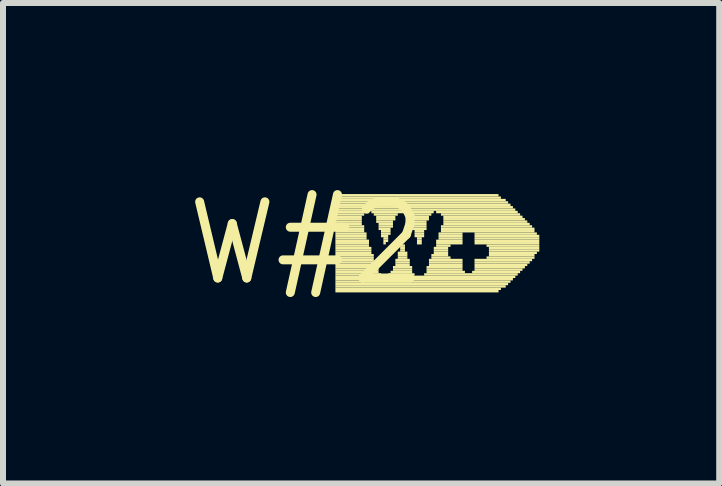
<source format=kicad_pcb>
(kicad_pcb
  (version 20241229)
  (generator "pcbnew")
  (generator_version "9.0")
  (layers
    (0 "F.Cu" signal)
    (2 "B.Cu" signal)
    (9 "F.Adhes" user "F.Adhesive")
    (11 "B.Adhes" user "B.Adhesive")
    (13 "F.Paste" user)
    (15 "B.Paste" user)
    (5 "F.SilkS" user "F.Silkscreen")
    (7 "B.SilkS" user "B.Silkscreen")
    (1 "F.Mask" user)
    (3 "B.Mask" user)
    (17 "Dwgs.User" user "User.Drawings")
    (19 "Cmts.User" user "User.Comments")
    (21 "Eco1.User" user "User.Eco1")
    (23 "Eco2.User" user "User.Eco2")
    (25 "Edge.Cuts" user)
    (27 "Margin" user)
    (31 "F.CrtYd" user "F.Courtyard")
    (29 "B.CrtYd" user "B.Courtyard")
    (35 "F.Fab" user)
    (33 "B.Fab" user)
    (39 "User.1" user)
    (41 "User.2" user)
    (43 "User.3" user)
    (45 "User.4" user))
  (footprint "W#2"
    (layer "F.Cu")
    (at 2.063 1.006)
    (property "Reference" "W#2" (at 0 0 0) (layer "F.SilkS") (effects (font (size 1.27 1.27) (thickness 0.15))))
    (fp_poly (pts (xy 0.48 -0.78) (xy 3.2 -0.78) (xy 3.2 -0.82) (xy 0.48 -0.82)) (stroke (width 0) (type solid)) (fill yes) (layer "F.SilkS"))
    (fp_poly (pts (xy 0.48 -0.74) (xy 3.24 -0.74) (xy 3.24 -0.78) (xy 0.48 -0.78)) (stroke (width 0) (type solid)) (fill yes) (layer "F.SilkS"))
    (fp_poly (pts (xy 0.48 -0.7) (xy 3.32 -0.7) (xy 3.32 -0.74) (xy 0.48 -0.74)) (stroke (width 0) (type solid)) (fill yes) (layer "F.SilkS"))
    (fp_poly (pts (xy 0.48 -0.66) (xy 3.36 -0.66) (xy 3.36 -0.7) (xy 0.48 -0.7)) (stroke (width 0) (type solid)) (fill yes) (layer "F.SilkS"))
    (fp_poly (pts (xy 0.48 -0.62) (xy 3.4 -0.62) (xy 3.4 -0.66) (xy 0.48 -0.66)) (stroke (width 0) (type solid)) (fill yes) (layer "F.SilkS"))
    (fp_poly (pts (xy 0.48 -0.58) (xy 3.44 -0.58) (xy 3.44 -0.62) (xy 0.48 -0.62)) (stroke (width 0) (type solid)) (fill yes) (layer "F.SilkS"))
    (fp_poly (pts (xy 0.48 -0.54) (xy 3.48 -0.54) (xy 3.48 -0.58) (xy 0.48 -0.58)) (stroke (width 0) (type solid)) (fill yes) (layer "F.SilkS"))
    (fp_poly (pts (xy 0.48 -0.5) (xy 1.04 -0.5) (xy 1.04 -0.54) (xy 0.48 -0.54)) (stroke (width 0) (type solid)) (fill yes) (layer "F.SilkS"))
    (fp_poly (pts (xy 0.48 -0.46) (xy 0.96 -0.46) (xy 0.96 -0.5) (xy 0.48 -0.5)) (stroke (width 0) (type solid)) (fill yes) (layer "F.SilkS"))
    (fp_poly (pts (xy 0.48 -0.42) (xy 0.92 -0.42) (xy 0.92 -0.46) (xy 0.48 -0.46)) (stroke (width 0) (type solid)) (fill yes) (layer "F.SilkS"))
    (fp_poly (pts (xy 0.48 -0.38) (xy 0.92 -0.38) (xy 0.92 -0.42) (xy 0.48 -0.42)) (stroke (width 0) (type solid)) (fill yes) (layer "F.SilkS"))
    (fp_poly (pts (xy 0.48 -0.34) (xy 0.92 -0.34) (xy 0.92 -0.38) (xy 0.48 -0.38)) (stroke (width 0) (type solid)) (fill yes) (layer "F.SilkS"))
    (fp_poly (pts (xy 0.48 -0.3) (xy 0.92 -0.3) (xy 0.92 -0.34) (xy 0.48 -0.34)) (stroke (width 0) (type solid)) (fill yes) (layer "F.SilkS"))
    (fp_poly (pts (xy 0.48 -0.26) (xy 0.96 -0.26) (xy 0.96 -0.3) (xy 0.48 -0.3)) (stroke (width 0) (type solid)) (fill yes) (layer "F.SilkS"))
    (fp_poly (pts (xy 0.48 -0.22) (xy 0.96 -0.22) (xy 0.96 -0.26) (xy 0.48 -0.26)) (stroke (width 0) (type solid)) (fill yes) (layer "F.SilkS"))
    (fp_poly (pts (xy 0.48 -0.18) (xy 0.96 -0.18) (xy 0.96 -0.22) (xy 0.48 -0.22)) (stroke (width 0) (type solid)) (fill yes) (layer "F.SilkS"))
    (fp_poly (pts (xy 0.48 -0.14) (xy 1 -0.14) (xy 1 -0.18) (xy 0.48 -0.18)) (stroke (width 0) (type solid)) (fill yes) (layer "F.SilkS"))
    (fp_poly (pts (xy 0.48 -0.1) (xy 1 -0.1) (xy 1 -0.14) (xy 0.48 -0.14)) (stroke (width 0) (type solid)) (fill yes) (layer "F.SilkS"))
    (fp_poly (pts (xy 0.48 -0.06) (xy 1 -0.06) (xy 1 -0.1) (xy 0.48 -0.1)) (stroke (width 0) (type solid)) (fill yes) (layer "F.SilkS"))
    (fp_poly (pts (xy 0.48 -0.02) (xy 1.04 -0.02) (xy 1.04 -0.06) (xy 0.48 -0.06)) (stroke (width 0) (type solid)) (fill yes) (layer "F.SilkS"))
    (fp_poly (pts (xy 0.48 0.02) (xy 1.04 0.02) (xy 1.04 -0.02) (xy 0.48 -0.02)) (stroke (width 0) (type solid)) (fill yes) (layer "F.SilkS"))
    (fp_poly (pts (xy 0.48 0.06) (xy 1.04 0.06) (xy 1.04 0.02) (xy 0.48 0.02)) (stroke (width 0) (type solid)) (fill yes) (layer "F.SilkS"))
    (fp_poly (pts (xy 0.48 0.1) (xy 1.08 0.1) (xy 1.08 0.06) (xy 0.48 0.06)) (stroke (width 0) (type solid)) (fill yes) (layer "F.SilkS"))
    (fp_poly (pts (xy 0.48 0.14) (xy 1.08 0.14) (xy 1.08 0.1) (xy 0.48 0.1)) (stroke (width 0) (type solid)) (fill yes) (layer "F.SilkS"))
    (fp_poly (pts (xy 0.48 0.18) (xy 1.08 0.18) (xy 1.08 0.14) (xy 0.48 0.14)) (stroke (width 0) (type solid)) (fill yes) (layer "F.SilkS"))
    (fp_poly (pts (xy 0.48 0.22) (xy 1.12 0.22) (xy 1.12 0.18) (xy 0.48 0.18)) (stroke (width 0) (type solid)) (fill yes) (layer "F.SilkS"))
    (fp_poly (pts (xy 0.48 0.26) (xy 1.12 0.26) (xy 1.12 0.22) (xy 0.48 0.22)) (stroke (width 0) (type solid)) (fill yes) (layer "F.SilkS"))
    (fp_poly (pts (xy 0.48 0.3) (xy 1.12 0.3) (xy 1.12 0.26) (xy 0.48 0.26)) (stroke (width 0) (type solid)) (fill yes) (layer "F.SilkS"))
    (fp_poly (pts (xy 0.48 0.34) (xy 1.16 0.34) (xy 1.16 0.3) (xy 0.48 0.3)) (stroke (width 0) (type solid)) (fill yes) (layer "F.SilkS"))
    (fp_poly (pts (xy 0.48 0.38) (xy 1.16 0.38) (xy 1.16 0.34) (xy 0.48 0.34)) (stroke (width 0) (type solid)) (fill yes) (layer "F.SilkS"))
    (fp_poly (pts (xy 0.48 0.42) (xy 1.2 0.42) (xy 1.2 0.38) (xy 0.48 0.38)) (stroke (width 0) (type solid)) (fill yes) (layer "F.SilkS"))
    (fp_poly (pts (xy 0.48 0.46) (xy 1.2 0.46) (xy 1.2 0.42) (xy 0.48 0.42)) (stroke (width 0) (type solid)) (fill yes) (layer "F.SilkS"))
    (fp_poly (pts (xy 0.48 0.5) (xy 1.2 0.5) (xy 1.2 0.46) (xy 0.48 0.46)) (stroke (width 0) (type solid)) (fill yes) (layer "F.SilkS"))
    (fp_poly (pts (xy 0.48 0.54) (xy 1.24 0.54) (xy 1.24 0.5) (xy 0.48 0.5)) (stroke (width 0) (type solid)) (fill yes) (layer "F.SilkS"))
    (fp_poly (pts (xy 0.48 0.58) (xy 3.48 0.58) (xy 3.48 0.54) (xy 0.48 0.54)) (stroke (width 0) (type solid)) (fill yes) (layer "F.SilkS"))
    (fp_poly (pts (xy 0.48 0.62) (xy 3.44 0.62) (xy 3.44 0.58) (xy 0.48 0.58)) (stroke (width 0) (type solid)) (fill yes) (layer "F.SilkS"))
    (fp_poly (pts (xy 0.48 0.66) (xy 3.4 0.66) (xy 3.4 0.62) (xy 0.48 0.62)) (stroke (width 0) (type solid)) (fill yes) (layer "F.SilkS"))
    (fp_poly (pts (xy 0.48 0.7) (xy 3.36 0.7) (xy 3.36 0.66) (xy 0.48 0.66)) (stroke (width 0) (type solid)) (fill yes) (layer "F.SilkS"))
    (fp_poly (pts (xy 0.48 0.74) (xy 3.32 0.74) (xy 3.32 0.7) (xy 0.48 0.7)) (stroke (width 0) (type solid)) (fill yes) (layer "F.SilkS"))
    (fp_poly (pts (xy 0.48 0.78) (xy 3.24 0.78) (xy 3.24 0.74) (xy 0.48 0.74)) (stroke (width 0) (type solid)) (fill yes) (layer "F.SilkS"))
    (fp_poly (pts (xy 0.48 0.82) (xy 3.2 0.82) (xy 3.2 0.78) (xy 0.48 0.78)) (stroke (width 0) (type solid)) (fill yes) (layer "F.SilkS"))
    (fp_poly (pts (xy 1.08 -0.5) (xy 2.12 -0.5) (xy 2.12 -0.54) (xy 1.08 -0.54)) (stroke (width 0) (type solid)) (fill yes) (layer "F.SilkS"))
    (fp_poly (pts (xy 1.12 -0.46) (xy 1.52 -0.46) (xy 1.52 -0.5) (xy 1.12 -0.5)) (stroke (width 0) (type solid)) (fill yes) (layer "F.SilkS"))
    (fp_poly (pts (xy 1.16 -0.42) (xy 1.48 -0.42) (xy 1.48 -0.46) (xy 1.16 -0.46)) (stroke (width 0) (type solid)) (fill yes) (layer "F.SilkS"))
    (fp_poly (pts (xy 1.16 -0.38) (xy 1.48 -0.38) (xy 1.48 -0.42) (xy 1.16 -0.42)) (stroke (width 0) (type solid)) (fill yes) (layer "F.SilkS"))
    (fp_poly (pts (xy 1.16 -0.34) (xy 1.44 -0.34) (xy 1.44 -0.38) (xy 1.16 -0.38)) (stroke (width 0) (type solid)) (fill yes) (layer "F.SilkS"))
    (fp_poly (pts (xy 1.2 -0.3) (xy 1.44 -0.3) (xy 1.44 -0.34) (xy 1.2 -0.34)) (stroke (width 0) (type solid)) (fill yes) (layer "F.SilkS"))
    (fp_poly (pts (xy 1.2 -0.26) (xy 1.44 -0.26) (xy 1.44 -0.3) (xy 1.2 -0.3)) (stroke (width 0) (type solid)) (fill yes) (layer "F.SilkS"))
    (fp_poly (pts (xy 1.2 -0.22) (xy 1.4 -0.22) (xy 1.4 -0.26) (xy 1.2 -0.26)) (stroke (width 0) (type solid)) (fill yes) (layer "F.SilkS"))
    (fp_poly (pts (xy 1.24 -0.18) (xy 1.4 -0.18) (xy 1.4 -0.22) (xy 1.24 -0.22)) (stroke (width 0) (type solid)) (fill yes) (layer "F.SilkS"))
    (fp_poly (pts (xy 1.24 -0.14) (xy 1.4 -0.14) (xy 1.4 -0.18) (xy 1.24 -0.18)) (stroke (width 0) (type solid)) (fill yes) (layer "F.SilkS"))
    (fp_poly (pts (xy 1.24 -0.1) (xy 1.36 -0.1) (xy 1.36 -0.14) (xy 1.24 -0.14)) (stroke (width 0) (type solid)) (fill yes) (layer "F.SilkS"))
    (fp_poly (pts (xy 1.28 -0.06) (xy 1.36 -0.06) (xy 1.36 -0.1) (xy 1.28 -0.1)) (stroke (width 0) (type solid)) (fill yes) (layer "F.SilkS"))
    (fp_poly (pts (xy 1.28 -0.02) (xy 1.36 -0.02) (xy 1.36 -0.06) (xy 1.28 -0.06)) (stroke (width 0) (type solid)) (fill yes) (layer "F.SilkS"))
    (fp_poly (pts (xy 1.28 0.02) (xy 1.32 0.02) (xy 1.32 -0.02) (xy 1.28 -0.02)) (stroke (width 0) (type solid)) (fill yes) (layer "F.SilkS"))
    (fp_poly (pts (xy 1.36 0.54) (xy 1.8 0.54) (xy 1.8 0.5) (xy 1.36 0.5)) (stroke (width 0) (type solid)) (fill yes) (layer "F.SilkS"))
    (fp_poly (pts (xy 1.4 0.5) (xy 1.76 0.5) (xy 1.76 0.46) (xy 1.4 0.46)) (stroke (width 0) (type solid)) (fill yes) (layer "F.SilkS"))
    (fp_poly (pts (xy 1.44 0.42) (xy 1.76 0.42) (xy 1.76 0.38) (xy 1.44 0.38)) (stroke (width 0) (type solid)) (fill yes) (layer "F.SilkS"))
    (fp_poly (pts (xy 1.44 0.46) (xy 1.76 0.46) (xy 1.76 0.42) (xy 1.44 0.42)) (stroke (width 0) (type solid)) (fill yes) (layer "F.SilkS"))
    (fp_poly (pts (xy 1.48 0.3) (xy 1.72 0.3) (xy 1.72 0.26) (xy 1.48 0.26)) (stroke (width 0) (type solid)) (fill yes) (layer "F.SilkS"))
    (fp_poly (pts (xy 1.48 0.34) (xy 1.72 0.34) (xy 1.72 0.3) (xy 1.48 0.3)) (stroke (width 0) (type solid)) (fill yes) (layer "F.SilkS"))
    (fp_poly (pts (xy 1.48 0.38) (xy 1.72 0.38) (xy 1.72 0.34) (xy 1.48 0.34)) (stroke (width 0) (type solid)) (fill yes) (layer "F.SilkS"))
    (fp_poly (pts (xy 1.52 0.18) (xy 1.68 0.18) (xy 1.68 0.14) (xy 1.52 0.14)) (stroke (width 0) (type solid)) (fill yes) (layer "F.SilkS"))
    (fp_poly (pts (xy 1.52 0.22) (xy 1.68 0.22) (xy 1.68 0.18) (xy 1.52 0.18)) (stroke (width 0) (type solid)) (fill yes) (layer "F.SilkS"))
    (fp_poly (pts (xy 1.52 0.26) (xy 1.68 0.26) (xy 1.68 0.22) (xy 1.52 0.22)) (stroke (width 0) (type solid)) (fill yes) (layer "F.SilkS"))
    (fp_poly (pts (xy 1.56 0.06) (xy 1.64 0.06) (xy 1.64 0.02) (xy 1.56 0.02)) (stroke (width 0) (type solid)) (fill yes) (layer "F.SilkS"))
    (fp_poly (pts (xy 1.56 0.1) (xy 1.64 0.1) (xy 1.64 0.06) (xy 1.56 0.06)) (stroke (width 0) (type solid)) (fill yes) (layer "F.SilkS"))
    (fp_poly (pts (xy 1.56 0.14) (xy 1.64 0.14) (xy 1.64 0.1) (xy 1.56 0.1)) (stroke (width 0) (type solid)) (fill yes) (layer "F.SilkS"))
    (fp_poly (pts (xy 1.68 -0.46) (xy 2.08 -0.46) (xy 2.08 -0.5) (xy 1.68 -0.5)) (stroke (width 0) (type solid)) (fill yes) (layer "F.SilkS"))
    (fp_poly (pts (xy 1.72 -0.42) (xy 2.04 -0.42) (xy 2.04 -0.46) (xy 1.72 -0.46)) (stroke (width 0) (type solid)) (fill yes) (layer "F.SilkS"))
    (fp_poly (pts (xy 1.72 -0.38) (xy 2.04 -0.38) (xy 2.04 -0.42) (xy 1.72 -0.42)) (stroke (width 0) (type solid)) (fill yes) (layer "F.SilkS"))
    (fp_poly (pts (xy 1.72 -0.34) (xy 2 -0.34) (xy 2 -0.38) (xy 1.72 -0.38)) (stroke (width 0) (type solid)) (fill yes) (layer "F.SilkS"))
    (fp_poly (pts (xy 1.76 -0.3) (xy 2 -0.3) (xy 2 -0.34) (xy 1.76 -0.34)) (stroke (width 0) (type solid)) (fill yes) (layer "F.SilkS"))
    (fp_poly (pts (xy 1.76 -0.26) (xy 2 -0.26) (xy 2 -0.3) (xy 1.76 -0.3)) (stroke (width 0) (type solid)) (fill yes) (layer "F.SilkS"))
    (fp_poly (pts (xy 1.76 -0.22) (xy 2 -0.22) (xy 2 -0.26) (xy 1.76 -0.26)) (stroke (width 0) (type solid)) (fill yes) (layer "F.SilkS"))
    (fp_poly (pts (xy 1.8 -0.18) (xy 1.96 -0.18) (xy 1.96 -0.22) (xy 1.8 -0.22)) (stroke (width 0) (type solid)) (fill yes) (layer "F.SilkS"))
    (fp_poly (pts (xy 1.8 -0.14) (xy 1.96 -0.14) (xy 1.96 -0.18) (xy 1.8 -0.18)) (stroke (width 0) (type solid)) (fill yes) (layer "F.SilkS"))
    (fp_poly (pts (xy 1.8 -0.1) (xy 1.96 -0.1) (xy 1.96 -0.14) (xy 1.8 -0.14)) (stroke (width 0) (type solid)) (fill yes) (layer "F.SilkS"))
    (fp_poly (pts (xy 1.84 -0.06) (xy 1.92 -0.06) (xy 1.92 -0.1) (xy 1.84 -0.1)) (stroke (width 0) (type solid)) (fill yes) (layer "F.SilkS"))
    (fp_poly (pts (xy 1.84 -0.02) (xy 1.92 -0.02) (xy 1.92 -0.06) (xy 1.84 -0.06)) (stroke (width 0) (type solid)) (fill yes) (layer "F.SilkS"))
    (fp_poly (pts (xy 1.84 0.02) (xy 1.92 0.02) (xy 1.92 -0.02) (xy 1.84 -0.02)) (stroke (width 0) (type solid)) (fill yes) (layer "F.SilkS"))
    (fp_poly (pts (xy 1.96 0.54) (xy 3.52 0.54) (xy 3.52 0.5) (xy 1.96 0.5)) (stroke (width 0) (type solid)) (fill yes) (layer "F.SilkS"))
    (fp_poly (pts (xy 2 0.42) (xy 2.6 0.42) (xy 2.6 0.38) (xy 2 0.38)) (stroke (width 0) (type solid)) (fill yes) (layer "F.SilkS"))
    (fp_poly (pts (xy 2 0.46) (xy 2.6 0.46) (xy 2.6 0.42) (xy 2 0.42)) (stroke (width 0) (type solid)) (fill yes) (layer "F.SilkS"))
    (fp_poly (pts (xy 2 0.5) (xy 2.64 0.5) (xy 2.64 0.46) (xy 2 0.46)) (stroke (width 0) (type solid)) (fill yes) (layer "F.SilkS"))
    (fp_poly (pts (xy 2.04 0.3) (xy 2.6 0.3) (xy 2.6 0.26) (xy 2.04 0.26)) (stroke (width 0) (type solid)) (fill yes) (layer "F.SilkS"))
    (fp_poly (pts (xy 2.04 0.34) (xy 2.6 0.34) (xy 2.6 0.3) (xy 2.04 0.3)) (stroke (width 0) (type solid)) (fill yes) (layer "F.SilkS"))
    (fp_poly (pts (xy 2.04 0.38) (xy 2.6 0.38) (xy 2.6 0.34) (xy 2.04 0.34)) (stroke (width 0) (type solid)) (fill yes) (layer "F.SilkS"))
    (fp_poly (pts (xy 2.08 0.22) (xy 2.36 0.22) (xy 2.36 0.18) (xy 2.08 0.18)) (stroke (width 0) (type solid)) (fill yes) (layer "F.SilkS"))
    (fp_poly (pts (xy 2.08 0.26) (xy 2.4 0.26) (xy 2.4 0.22) (xy 2.08 0.22)) (stroke (width 0) (type solid)) (fill yes) (layer "F.SilkS"))
    (fp_poly (pts (xy 2.12 0.1) (xy 2.36 0.1) (xy 2.36 0.06) (xy 2.12 0.06)) (stroke (width 0) (type solid)) (fill yes) (layer "F.SilkS"))
    (fp_poly (pts (xy 2.12 0.14) (xy 2.36 0.14) (xy 2.36 0.1) (xy 2.12 0.1)) (stroke (width 0) (type solid)) (fill yes) (layer "F.SilkS"))
    (fp_poly (pts (xy 2.12 0.18) (xy 2.36 0.18) (xy 2.36 0.14) (xy 2.12 0.14)) (stroke (width 0) (type solid)) (fill yes) (layer "F.SilkS"))
    (fp_poly (pts (xy 2.16 -0.5) (xy 3.52 -0.5) (xy 3.52 -0.54) (xy 2.16 -0.54)) (stroke (width 0) (type solid)) (fill yes) (layer "F.SilkS"))
    (fp_poly (pts (xy 2.16 -0.02) (xy 2.6 -0.02) (xy 2.6 -0.06) (xy 2.16 -0.06)) (stroke (width 0) (type solid)) (fill yes) (layer "F.SilkS"))
    (fp_poly (pts (xy 2.16 0.02) (xy 2.6 0.02) (xy 2.6 -0.02) (xy 2.16 -0.02)) (stroke (width 0) (type solid)) (fill yes) (layer "F.SilkS"))
    (fp_poly (pts (xy 2.16 0.06) (xy 2.4 0.06) (xy 2.4 0.02) (xy 2.16 0.02)) (stroke (width 0) (type solid)) (fill yes) (layer "F.SilkS"))
    (fp_poly (pts (xy 2.2 -0.14) (xy 2.6 -0.14) (xy 2.6 -0.18) (xy 2.2 -0.18)) (stroke (width 0) (type solid)) (fill yes) (layer "F.SilkS"))
    (fp_poly (pts (xy 2.2 -0.1) (xy 2.6 -0.1) (xy 2.6 -0.14) (xy 2.2 -0.14)) (stroke (width 0) (type solid)) (fill yes) (layer "F.SilkS"))
    (fp_poly (pts (xy 2.2 -0.06) (xy 2.6 -0.06) (xy 2.6 -0.1) (xy 2.2 -0.1)) (stroke (width 0) (type solid)) (fill yes) (layer "F.SilkS"))
    (fp_poly (pts (xy 2.24 -0.46) (xy 3.56 -0.46) (xy 3.56 -0.5) (xy 2.24 -0.5)) (stroke (width 0) (type solid)) (fill yes) (layer "F.SilkS"))
    (fp_poly (pts (xy 2.24 -0.26) (xy 3.76 -0.26) (xy 3.76 -0.3) (xy 2.24 -0.3)) (stroke (width 0) (type solid)) (fill yes) (layer "F.SilkS"))
    (fp_poly (pts (xy 2.24 -0.22) (xy 3.8 -0.22) (xy 3.8 -0.26) (xy 2.24 -0.26)) (stroke (width 0) (type solid)) (fill yes) (layer "F.SilkS"))
    (fp_poly (pts (xy 2.24 -0.18) (xy 3.8 -0.18) (xy 3.8 -0.22) (xy 2.24 -0.22)) (stroke (width 0) (type solid)) (fill yes) (layer "F.SilkS"))
    (fp_poly (pts (xy 2.28 -0.42) (xy 3.6 -0.42) (xy 3.6 -0.46) (xy 2.28 -0.46)) (stroke (width 0) (type solid)) (fill yes) (layer "F.SilkS"))
    (fp_poly (pts (xy 2.28 -0.38) (xy 3.64 -0.38) (xy 3.64 -0.42) (xy 2.28 -0.42)) (stroke (width 0) (type solid)) (fill yes) (layer "F.SilkS"))
    (fp_poly (pts (xy 2.28 -0.34) (xy 3.68 -0.34) (xy 3.68 -0.38) (xy 2.28 -0.38)) (stroke (width 0) (type solid)) (fill yes) (layer "F.SilkS"))
    (fp_poly (pts (xy 2.28 -0.3) (xy 3.72 -0.3) (xy 3.72 -0.34) (xy 2.28 -0.34)) (stroke (width 0) (type solid)) (fill yes) (layer "F.SilkS"))
    (fp_poly (pts (xy 2.76 0.5) (xy 3.56 0.5) (xy 3.56 0.46) (xy 2.76 0.46)) (stroke (width 0) (type solid)) (fill yes) (layer "F.SilkS"))
    (fp_poly (pts (xy 2.8 -0.14) (xy 3.84 -0.14) (xy 3.84 -0.18) (xy 2.8 -0.18)) (stroke (width 0) (type solid)) (fill yes) (layer "F.SilkS"))
    (fp_poly (pts (xy 2.8 -0.1) (xy 3.88 -0.1) (xy 3.88 -0.14) (xy 2.8 -0.14)) (stroke (width 0) (type solid)) (fill yes) (layer "F.SilkS"))
    (fp_poly (pts (xy 2.8 -0.06) (xy 3.88 -0.06) (xy 3.88 -0.1) (xy 2.8 -0.1)) (stroke (width 0) (type solid)) (fill yes) (layer "F.SilkS"))
    (fp_poly (pts (xy 2.8 -0.02) (xy 3.88 -0.02) (xy 3.88 -0.06) (xy 2.8 -0.06)) (stroke (width 0) (type solid)) (fill yes) (layer "F.SilkS"))
    (fp_poly (pts (xy 2.8 0.02) (xy 3.88 0.02) (xy 3.88 -0.02) (xy 2.8 -0.02)) (stroke (width 0) (type solid)) (fill yes) (layer "F.SilkS"))
    (fp_poly (pts (xy 2.8 0.3) (xy 3.76 0.3) (xy 3.76 0.26) (xy 2.8 0.26)) (stroke (width 0) (type solid)) (fill yes) (layer "F.SilkS"))
    (fp_poly (pts (xy 2.8 0.34) (xy 3.72 0.34) (xy 3.72 0.3) (xy 2.8 0.3)) (stroke (width 0) (type solid)) (fill yes) (layer "F.SilkS"))
    (fp_poly (pts (xy 2.8 0.38) (xy 3.68 0.38) (xy 3.68 0.34) (xy 2.8 0.34)) (stroke (width 0) (type solid)) (fill yes) (layer "F.SilkS"))
    (fp_poly (pts (xy 2.8 0.42) (xy 3.64 0.42) (xy 3.64 0.38) (xy 2.8 0.38)) (stroke (width 0) (type solid)) (fill yes) (layer "F.SilkS"))
    (fp_poly (pts (xy 2.8 0.46) (xy 3.6 0.46) (xy 3.6 0.42) (xy 2.8 0.42)) (stroke (width 0) (type solid)) (fill yes) (layer "F.SilkS"))
    (fp_poly (pts (xy 3 0.06) (xy 3.88 0.06) (xy 3.88 0.02) (xy 3 0.02)) (stroke (width 0) (type solid)) (fill yes) (layer "F.SilkS"))
    (fp_poly (pts (xy 3 0.26) (xy 3.8 0.26) (xy 3.8 0.22) (xy 3 0.22)) (stroke (width 0) (type solid)) (fill yes) (layer "F.SilkS"))
    (fp_poly (pts (xy 3.04 0.1) (xy 3.88 0.1) (xy 3.88 0.06) (xy 3.04 0.06)) (stroke (width 0) (type solid)) (fill yes) (layer "F.SilkS"))
    (fp_poly (pts (xy 3.04 0.14) (xy 3.88 0.14) (xy 3.88 0.1) (xy 3.04 0.1)) (stroke (width 0) (type solid)) (fill yes) (layer "F.SilkS"))
    (fp_poly (pts (xy 3.04 0.18) (xy 3.84 0.18) (xy 3.84 0.14) (xy 3.04 0.14)) (stroke (width 0) (type solid)) (fill yes) (layer "F.SilkS"))
    (fp_poly (pts (xy 3.04 0.22) (xy 3.8 0.22) (xy 3.8 0.18) (xy 3.04 0.18)) (stroke (width 0) (type solid)) (fill yes) (layer "F.SilkS")))
  (gr_rect
    (start -3 -3)
    (end 8.943 5.012)
    (stroke (width 0.1) (type default))
    (fill no)
    (layer "Edge.Cuts")))
</source>
